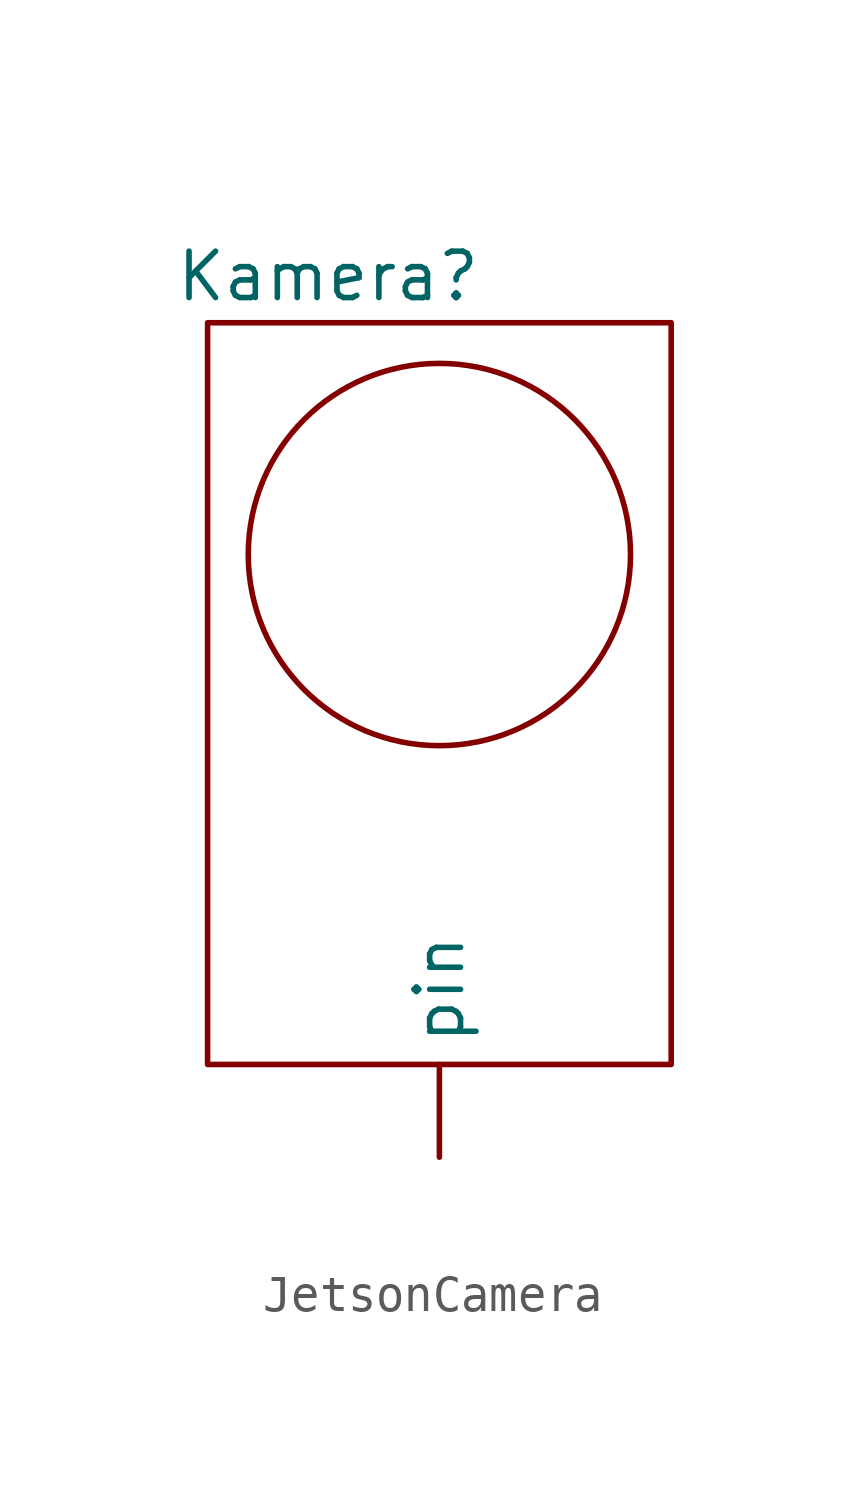
<source format=kicad_sym>
(kicad_symbol_lib
  (version 20231120)
  (generator "kicad_symbol_editor")
  (generator_version "8.0")
  (symbol "JetsonCamera"
    (property "Reference" "Kamera"
      (at -6.858 16.51 0)
      (effects (font (size 1.27 1.27))))
    (property "Value" ""
      (at 0 0 0)
      (effects (font (size 1.27 1.27))))
    (symbol "JetsonCamera_0_1"
      (rectangle (start -10.16 15.24) (end 2.54 -5.08) (stroke (width 0) (type default)) (fill (type none)))
      (circle (center -3.81 8.89) (radius 5.236) (stroke (width 0) (type default)) (fill (type none))))
    (symbol "JetsonCamera_1_1"
      (pin power_out line (at -3.81 -7.62 90) (length 2.54) (name "pin" (effects (font (size 1.27 1.27)))) (number "" (effects (font (size 1.27 1.27))))))))
</source>
